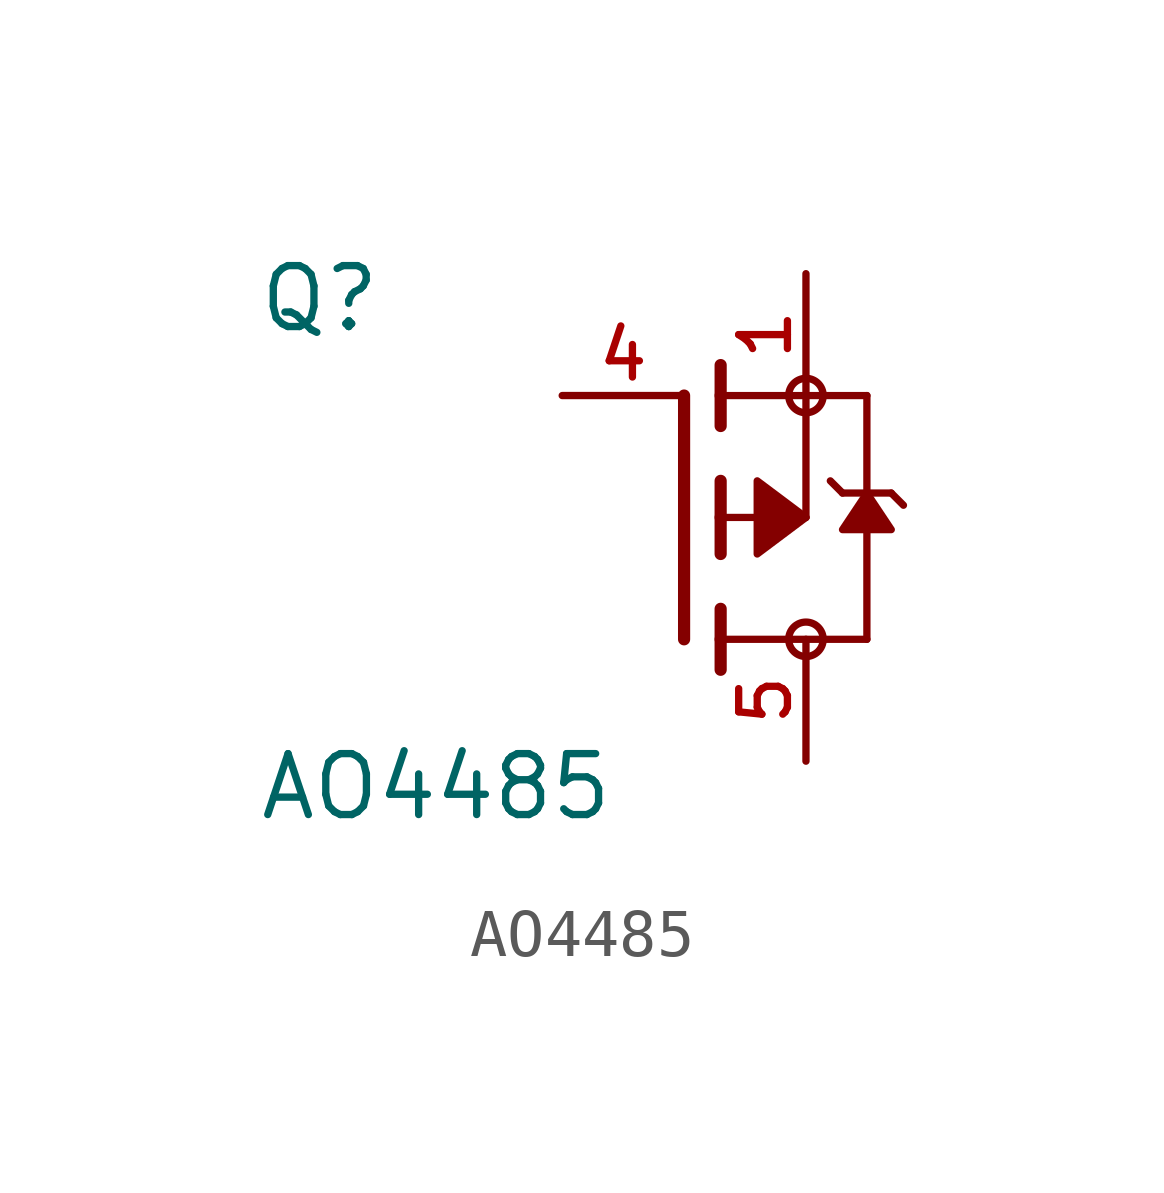
<source format=kicad_sym>
(kicad_symbol_lib
  (version 20211014)
  (generator kicad_symbol_editor)
  (symbol "AO4485"
    (pin_names
      (offset 1.016))
    (property "Reference" "Q"
      (at -8.903 3.815 0)
      (effects (font (size 1.27 1.27)) (justify bottom left)))
    (property "Value" "AO4485"
      (at -8.898 -6.356 0)
      (effects (font (size 1.27 1.27)) (justify bottom left)))
    (symbol "AO4485_0_0"
      (polyline (pts (xy 0.762 -0.762) (xy 0.762 0.0)) (stroke (width 0.254)))
      (polyline (pts (xy 0.762 0.0) (xy 0.762 0.762)) (stroke (width 0.254)))
      (polyline (pts (xy 0.762 -3.175) (xy 0.762 -2.54)) (stroke (width 0.254)))
      (polyline (pts (xy 0.762 -2.54) (xy 0.762 -1.905)) (stroke (width 0.254)))
      (polyline (pts (xy 0.762 0.0) (xy 2.54 0.0)) (stroke (width 0.152)))
      (polyline (pts (xy 2.54 0.0) (xy 2.54 2.54)) (stroke (width 0.152)))
      (polyline (pts (xy 0.762 1.905) (xy 0.762 2.54)) (stroke (width 0.254)))
      (polyline (pts (xy 0.762 2.54) (xy 0.762 3.175)) (stroke (width 0.254)))
      (polyline (pts (xy 0.0 -2.54) (xy 0.0 2.54)) (stroke (width 0.254)))
      (polyline (pts (xy 2.54 2.54) (xy 0.762 2.54)) (stroke (width 0.152)))
      (polyline (pts (xy 3.81 -2.54) (xy 3.81 0.508)) (stroke (width 0.152)))
      (polyline (pts (xy 3.81 0.508) (xy 3.81 2.54)) (stroke (width 0.152)))
      (polyline (pts (xy 2.54 2.54) (xy 3.81 2.54)) (stroke (width 0.152)))
      (polyline (pts (xy 0.762 -2.54) (xy 3.81 -2.54)) (stroke (width 0.152)))
      (polyline (pts (xy 3.048 0.762) (xy 3.302 0.508)) (stroke (width 0.152)))
      (polyline (pts (xy 3.302 0.508) (xy 3.81 0.508)) (stroke (width 0.152)))
      (polyline (pts (xy 3.81 0.508) (xy 4.318 0.508)) (stroke (width 0.152)))
      (polyline (pts (xy 4.318 0.508) (xy 4.572 0.254)) (stroke (width 0.152)))
      (circle (center 2.54 2.54) (radius 0.359) (stroke (width 0.0)) (fill (type none)))
      (circle (center 2.54 -2.54) (radius 0.359) (stroke (width 0.0)) (fill (type none)))
      (polyline (pts (xy 3.81 0.508) (xy 4.318 -0.254) (xy 3.302 -0.254) (xy 3.81 0.508)) (stroke (width 0.152)) (fill (type outline)))
      (polyline (pts (xy 2.54 0.0) (xy 1.524 0.762) (xy 1.524 -0.762) (xy 2.54 0.0)) (stroke (width 0.152)) (fill (type outline)))
      (pin passive line (at 2.54 5.08 270.0) (length 2.54) (name "~" (effects (font (size 1.016 1.016)))) (number "1" (effects (font (size 1.016 1.016)))))
      (pin passive line (at -2.54 2.54 0) (length 2.54) (name "~" (effects (font (size 1.016 1.016)))) (number "4" (effects (font (size 1.016 1.016)))))
      (pin passive line (at 2.54 -5.08 90.0) (length 2.54) (name "~" (effects (font (size 1.016 1.016)))) (number "5" (effects (font (size 1.016 1.016))))))))
</source>
